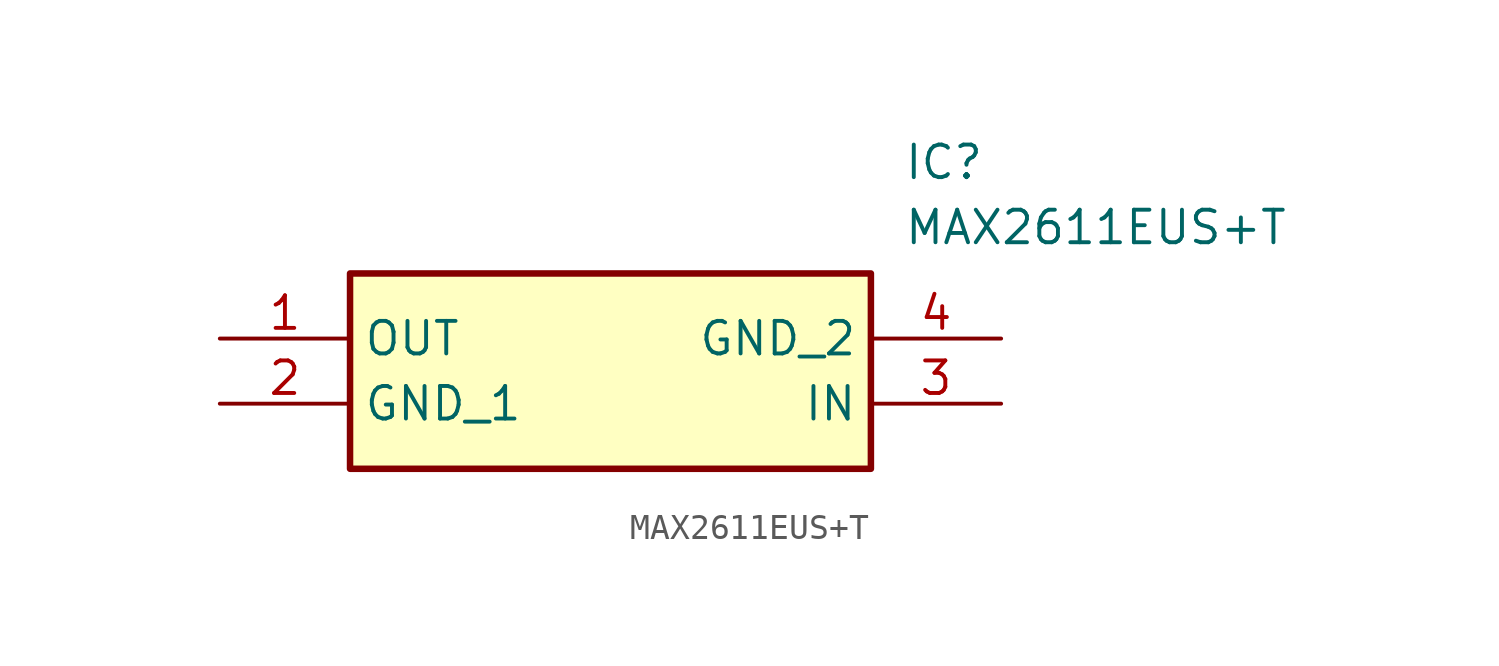
<source format=kicad_sym>
(kicad_symbol_lib
  (version 20211014)
  (generator SamacSys_ECAD_Model)
  (symbol "MAX2611EUS+T"
    (property "Reference" "IC"
      (at 26.67 7.62 0)
      (effects (font (size 1.27 1.27)) (justify left top)))
    (property "Value" "MAX2611EUS+T"
      (at 26.67 5.08 0)
      (effects (font (size 1.27 1.27)) (justify left top)))
    (rectangle
      (start 5.08 2.54)
      (end 25.4 -5.08)
      (stroke (width 0.254) (type default))
      (fill (type background)))
    (pin passive line
      (at 0 0 0)
      (length 5.08)
      (name "OUT" (effects (font (size 1.27 1.27))))
      (number "1" (effects (font (size 1.27 1.27)))))
    (pin passive line
      (at 0 -2.54 0)
      (length 5.08)
      (name "GND_1" (effects (font (size 1.27 1.27))))
      (number "2" (effects (font (size 1.27 1.27)))))
    (pin passive line
      (at 30.48 -2.54 180)
      (length 5.08)
      (name "IN" (effects (font (size 1.27 1.27))))
      (number "3" (effects (font (size 1.27 1.27)))))
    (pin passive line
      (at 30.48 0 180)
      (length 5.08)
      (name "GND_2" (effects (font (size 1.27 1.27))))
      (number "4" (effects (font (size 1.27 1.27)))))))
</source>
